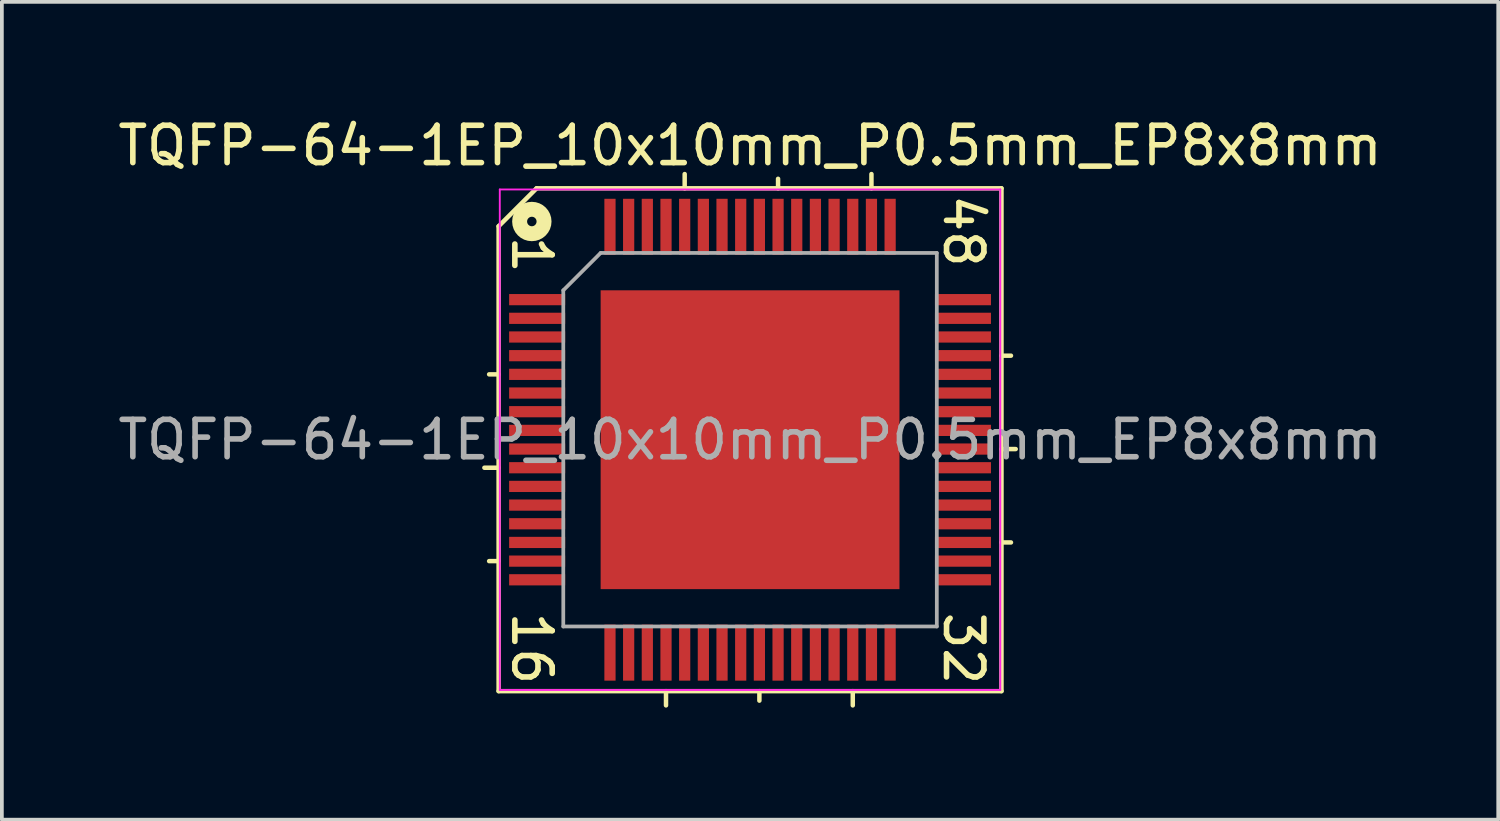
<source format=kicad_pcb>
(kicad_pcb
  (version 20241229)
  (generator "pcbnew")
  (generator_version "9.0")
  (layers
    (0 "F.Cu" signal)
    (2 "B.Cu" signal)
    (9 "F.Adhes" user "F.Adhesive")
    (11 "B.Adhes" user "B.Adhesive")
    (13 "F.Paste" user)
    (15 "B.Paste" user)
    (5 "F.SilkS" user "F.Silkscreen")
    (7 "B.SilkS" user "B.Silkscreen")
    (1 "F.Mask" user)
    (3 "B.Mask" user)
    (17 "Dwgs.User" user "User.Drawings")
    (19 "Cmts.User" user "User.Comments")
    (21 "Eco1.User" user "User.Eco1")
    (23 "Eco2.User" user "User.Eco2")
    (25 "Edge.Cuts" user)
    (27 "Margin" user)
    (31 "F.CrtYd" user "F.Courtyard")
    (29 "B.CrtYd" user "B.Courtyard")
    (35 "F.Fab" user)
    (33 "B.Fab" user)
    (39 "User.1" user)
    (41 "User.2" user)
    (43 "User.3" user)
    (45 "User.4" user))
  (footprint "TQFP-64-1EP_10x10mm_P0.5mm_EP8x8mm"
    (layer "F.Cu")
    (at 17.03 8.722)
    (property "Reference" "TQFP-64-1EP_10x10mm_P0.5mm_EP8x8mm" (at 0 -7.874 0) (layer "F.SilkS") (effects (font (size 1 1) (thickness 0.15))))
    (attr smd)
    (fp_line (start -6.731 -5.715) (end -6.731 6.731) (stroke (width 0.12) (type solid)) (layer "F.SilkS"))
    (fp_line (start -6.731 -1.75) (end -6.985 -1.75) (stroke (width 0.12) (type solid)) (layer "F.SilkS"))
    (fp_line (start -6.731 0.75) (end -7.112 0.75) (stroke (width 0.12) (type solid)) (layer "F.SilkS"))
    (fp_line (start -6.731 3.25) (end -6.985 3.25) (stroke (width 0.12) (type solid)) (layer "F.SilkS"))
    (fp_line (start -6.731 6.731) (end 6.731 6.731) (stroke (width 0.12) (type solid)) (layer "F.SilkS"))
    (fp_line (start -5.715 -6.731) (end -6.731 -5.715) (stroke (width 0.12) (type solid)) (layer "F.SilkS"))
    (fp_line (start -2.25 6.731) (end -2.25 7.112) (stroke (width 0.12) (type solid)) (layer "F.SilkS"))
    (fp_line (start -1.75 -6.731) (end -1.75 -7.112) (stroke (width 0.12) (type solid)) (layer "F.SilkS"))
    (fp_line (start 0.25 6.731) (end 0.25 6.985) (stroke (width 0.12) (type solid)) (layer "F.SilkS"))
    (fp_line (start 0.75 -6.731) (end 0.75 -6.985) (stroke (width 0.12) (type solid)) (layer "F.SilkS"))
    (fp_line (start 2.75 7.112) (end 2.75 6.731) (stroke (width 0.12) (type solid)) (layer "F.SilkS"))
    (fp_line (start 3.25 -6.731) (end 3.25 -7.112) (stroke (width 0.12) (type solid)) (layer "F.SilkS"))
    (fp_line (start 6.731 -6.731) (end -5.715 -6.731) (stroke (width 0.12) (type solid)) (layer "F.SilkS"))
    (fp_line (start 6.731 -2.25) (end 6.985 -2.25) (stroke (width 0.12) (type solid)) (layer "F.SilkS"))
    (fp_line (start 6.731 0.25) (end 7.112 0.25) (stroke (width 0.12) (type solid)) (layer "F.SilkS"))
    (fp_line (start 6.731 2.75) (end 6.985 2.75) (stroke (width 0.12) (type solid)) (layer "F.SilkS"))
    (fp_line (start 6.731 6.731) (end 6.731 -6.731) (stroke (width 0.12) (type solid)) (layer "F.SilkS"))
    (fp_circle (center -5.842 -5.842) (end -5.715 -5.842) (stroke (width 0.4) (type solid)) (fill no) (layer "F.SilkS"))
    (fp_line (start -6.7 -6.7) (end -6.7 6.7) (stroke (width 0.05) (type solid)) (layer "F.CrtYd"))
    (fp_line (start -6.7 -6.7) (end 6.7 -6.7) (stroke (width 0.05) (type solid)) (layer "F.CrtYd"))
    (fp_line (start -6.7 6.7) (end 6.7 6.7) (stroke (width 0.05) (type solid)) (layer "F.CrtYd"))
    (fp_line (start 6.7 -6.7) (end 6.7 6.7) (stroke (width 0.05) (type solid)) (layer "F.CrtYd"))
    (fp_line (start -5 -4) (end -4 -5) (stroke (width 0.1) (type solid)) (layer "F.Fab"))
    (fp_line (start -5 5) (end -5 -4) (stroke (width 0.1) (type solid)) (layer "F.Fab"))
    (fp_line (start -4 -5) (end 5 -5) (stroke (width 0.1) (type solid)) (layer "F.Fab"))
    (fp_line (start 5 -5) (end 5 5) (stroke (width 0.1) (type solid)) (layer "F.Fab"))
    (fp_line (start 5 5) (end -5 5) (stroke (width 0.1) (type solid)) (layer "F.Fab"))
    (fp_text user "32" (at 5.715 5.588 270) (unlocked yes) (layer "F.SilkS") (effects (font (size 1 1) (thickness 0.15))))
    (fp_text user "48" (at 5.715 -5.588 270) (unlocked yes) (layer "F.SilkS") (effects (font (size 1 1) (thickness 0.15))))
    (fp_text user "1" (at -5.842 -4.953 270) (unlocked yes) (layer "F.SilkS") (effects (font (size 1 1) (thickness 0.15))))
    (fp_text user "16" (at -5.842 5.588 270) (unlocked yes) (layer "F.SilkS") (effects (font (size 1 1) (thickness 0.15))))
    (fp_text user "${REFERENCE}" (at 0 0 0) (layer "F.Fab") (effects (font (size 1 1) (thickness 0.15))))
    (pad "" smd rect (at -3.2 -3.2) (size 1.24 1.24) (layers "F.Paste"))
    (pad "" smd rect (at -3.2 -1.6) (size 1.24 1.24) (layers "F.Paste"))
    (pad "" smd rect (at -3.2 0) (size 1.24 1.24) (layers "F.Paste"))
    (pad "" smd rect (at -3.2 1.6) (size 1.24 1.24) (layers "F.Paste"))
    (pad "" smd rect (at -3.2 3.2) (size 1.24 1.24) (layers "F.Paste"))
    (pad "" smd rect (at -1.6 -3.2) (size 1.24 1.24) (layers "F.Paste"))
    (pad "" smd rect (at -1.6 -1.6) (size 1.24 1.24) (layers "F.Paste"))
    (pad "" smd rect (at -1.6 0) (size 1.24 1.24) (layers "F.Paste"))
    (pad "" smd rect (at -1.6 1.6) (size 1.24 1.24) (layers "F.Paste"))
    (pad "" smd rect (at -1.6 3.2) (size 1.24 1.24) (layers "F.Paste"))
    (pad "" smd rect (at 0 -3.2) (size 1.24 1.24) (layers "F.Paste"))
    (pad "" smd rect (at 0 -1.6) (size 1.24 1.24) (layers "F.Paste"))
    (pad "" smd rect (at 0 0) (size 1.24 1.24) (layers "F.Paste"))
    (pad "" smd rect (at 0 1.6) (size 1.24 1.24) (layers "F.Paste"))
    (pad "" smd rect (at 0 3.2) (size 1.24 1.24) (layers "F.Paste"))
    (pad "" smd rect (at 1.6 -3.2) (size 1.24 1.24) (layers "F.Paste"))
    (pad "" smd rect (at 1.6 -1.6) (size 1.24 1.24) (layers "F.Paste"))
    (pad "" smd rect (at 1.6 0) (size 1.24 1.24) (layers "F.Paste"))
    (pad "" smd rect (at 1.6 1.6) (size 1.24 1.24) (layers "F.Paste"))
    (pad "" smd rect (at 1.6 3.2) (size 1.24 1.24) (layers "F.Paste"))
    (pad "" smd rect (at 3.2 -3.2) (size 1.24 1.24) (layers "F.Paste"))
    (pad "" smd rect (at 3.2 -1.6) (size 1.24 1.24) (layers "F.Paste"))
    (pad "" smd rect (at 3.2 0) (size 1.24 1.24) (layers "F.Paste"))
    (pad "" smd rect (at 3.2 1.6) (size 1.24 1.24) (layers "F.Paste"))
    (pad "" smd rect (at 3.2 3.2) (size 1.24 1.24) (layers "F.Paste"))
    (pad "1" smd rect (at -5.7 -3.75) (size 1.5 0.3) (layers "F.Cu" "F.Mask" "F.Paste"))
    (pad "2" smd rect (at -5.7 -3.25) (size 1.5 0.3) (layers "F.Cu" "F.Mask" "F.Paste"))
    (pad "3" smd rect (at -5.7 -2.75) (size 1.5 0.3) (layers "F.Cu" "F.Mask" "F.Paste"))
    (pad "4" smd rect (at -5.7 -2.25) (size 1.5 0.3) (layers "F.Cu" "F.Mask" "F.Paste"))
    (pad "5" smd rect (at -5.7 -1.75) (size 1.5 0.3) (layers "F.Cu" "F.Mask" "F.Paste"))
    (pad "6" smd rect (at -5.7 -1.25) (size 1.5 0.3) (layers "F.Cu" "F.Mask" "F.Paste"))
    (pad "7" smd rect (at -5.7 -0.75) (size 1.5 0.3) (layers "F.Cu" "F.Mask" "F.Paste"))
    (pad "8" smd rect (at -5.7 -0.25) (size 1.5 0.3) (layers "F.Cu" "F.Mask" "F.Paste"))
    (pad "9" smd rect (at -5.7 0.25) (size 1.5 0.3) (layers "F.Cu" "F.Mask" "F.Paste"))
    (pad "10" smd rect (at -5.7 0.75) (size 1.5 0.3) (layers "F.Cu" "F.Mask" "F.Paste"))
    (pad "11" smd rect (at -5.7 1.25) (size 1.5 0.3) (layers "F.Cu" "F.Mask" "F.Paste"))
    (pad "12" smd rect (at -5.7 1.75) (size 1.5 0.3) (layers "F.Cu" "F.Mask" "F.Paste"))
    (pad "13" smd rect (at -5.7 2.25) (size 1.5 0.3) (layers "F.Cu" "F.Mask" "F.Paste"))
    (pad "14" smd rect (at -5.7 2.75) (size 1.5 0.3) (layers "F.Cu" "F.Mask" "F.Paste"))
    (pad "15" smd rect (at -5.7 3.25) (size 1.5 0.3) (layers "F.Cu" "F.Mask" "F.Paste"))
    (pad "16" smd rect (at -5.7 3.75) (size 1.5 0.3) (layers "F.Cu" "F.Mask" "F.Paste"))
    (pad "17" smd rect (at -3.75 5.7 90) (size 1.5 0.3) (layers "F.Cu" "F.Mask" "F.Paste"))
    (pad "18" smd rect (at -3.25 5.7 90) (size 1.5 0.3) (layers "F.Cu" "F.Mask" "F.Paste"))
    (pad "19" smd rect (at -2.75 5.7 90) (size 1.5 0.3) (layers "F.Cu" "F.Mask" "F.Paste"))
    (pad "20" smd rect (at -2.25 5.7 90) (size 1.5 0.3) (layers "F.Cu" "F.Mask" "F.Paste"))
    (pad "21" smd rect (at -1.75 5.7 90) (size 1.5 0.3) (layers "F.Cu" "F.Mask" "F.Paste"))
    (pad "22" smd rect (at -1.25 5.7 90) (size 1.5 0.3) (layers "F.Cu" "F.Mask" "F.Paste"))
    (pad "23" smd rect (at -0.75 5.7 90) (size 1.5 0.3) (layers "F.Cu" "F.Mask" "F.Paste"))
    (pad "24" smd rect (at -0.25 5.7 90) (size 1.5 0.3) (layers "F.Cu" "F.Mask" "F.Paste"))
    (pad "25" smd rect (at 0.25 5.7 90) (size 1.5 0.3) (layers "F.Cu" "F.Mask" "F.Paste"))
    (pad "26" smd rect (at 0.75 5.7 90) (size 1.5 0.3) (layers "F.Cu" "F.Mask" "F.Paste"))
    (pad "27" smd rect (at 1.25 5.7 90) (size 1.5 0.3) (layers "F.Cu" "F.Mask" "F.Paste"))
    (pad "28" smd rect (at 1.75 5.7 90) (size 1.5 0.3) (layers "F.Cu" "F.Mask" "F.Paste"))
    (pad "29" smd rect (at 2.25 5.7 90) (size 1.5 0.3) (layers "F.Cu" "F.Mask" "F.Paste"))
    (pad "30" smd rect (at 2.75 5.7 90) (size 1.5 0.3) (layers "F.Cu" "F.Mask" "F.Paste"))
    (pad "31" smd rect (at 3.25 5.7 90) (size 1.5 0.3) (layers "F.Cu" "F.Mask" "F.Paste"))
    (pad "32" smd rect (at 3.75 5.7 90) (size 1.5 0.3) (layers "F.Cu" "F.Mask" "F.Paste"))
    (pad "33" smd rect (at 5.7 3.75) (size 1.5 0.3) (layers "F.Cu" "F.Mask" "F.Paste"))
    (pad "34" smd rect (at 5.7 3.25) (size 1.5 0.3) (layers "F.Cu" "F.Mask" "F.Paste"))
    (pad "35" smd rect (at 5.7 2.75) (size 1.5 0.3) (layers "F.Cu" "F.Mask" "F.Paste"))
    (pad "36" smd rect (at 5.7 2.25) (size 1.5 0.3) (layers "F.Cu" "F.Mask" "F.Paste"))
    (pad "37" smd rect (at 5.7 1.75) (size 1.5 0.3) (layers "F.Cu" "F.Mask" "F.Paste"))
    (pad "38" smd rect (at 5.7 1.25) (size 1.5 0.3) (layers "F.Cu" "F.Mask" "F.Paste"))
    (pad "39" smd rect (at 5.7 0.75) (size 1.5 0.3) (layers "F.Cu" "F.Mask" "F.Paste"))
    (pad "40" smd rect (at 5.7 0.25) (size 1.5 0.3) (layers "F.Cu" "F.Mask" "F.Paste"))
    (pad "41" smd rect (at 5.7 -0.25) (size 1.5 0.3) (layers "F.Cu" "F.Mask" "F.Paste"))
    (pad "42" smd rect (at 5.7 -0.75) (size 1.5 0.3) (layers "F.Cu" "F.Mask" "F.Paste"))
    (pad "43" smd rect (at 5.7 -1.25) (size 1.5 0.3) (layers "F.Cu" "F.Mask" "F.Paste"))
    (pad "44" smd rect (at 5.7 -1.75) (size 1.5 0.3) (layers "F.Cu" "F.Mask" "F.Paste"))
    (pad "45" smd rect (at 5.7 -2.25) (size 1.5 0.3) (layers "F.Cu" "F.Mask" "F.Paste"))
    (pad "46" smd rect (at 5.7 -2.75) (size 1.5 0.3) (layers "F.Cu" "F.Mask" "F.Paste"))
    (pad "47" smd rect (at 5.7 -3.25) (size 1.5 0.3) (layers "F.Cu" "F.Mask" "F.Paste"))
    (pad "48" smd rect (at 5.7 -3.75) (size 1.5 0.3) (layers "F.Cu" "F.Mask" "F.Paste"))
    (pad "49" smd rect (at 3.75 -5.7 90) (size 1.5 0.3) (layers "F.Cu" "F.Mask" "F.Paste"))
    (pad "50" smd rect (at 3.25 -5.7 90) (size 1.5 0.3) (layers "F.Cu" "F.Mask" "F.Paste"))
    (pad "51" smd rect (at 2.75 -5.7 90) (size 1.5 0.3) (layers "F.Cu" "F.Mask" "F.Paste"))
    (pad "52" smd rect (at 2.25 -5.7 90) (size 1.5 0.3) (layers "F.Cu" "F.Mask" "F.Paste"))
    (pad "53" smd rect (at 1.75 -5.7 90) (size 1.5 0.3) (layers "F.Cu" "F.Mask" "F.Paste"))
    (pad "54" smd rect (at 1.25 -5.7 90) (size 1.5 0.3) (layers "F.Cu" "F.Mask" "F.Paste"))
    (pad "55" smd rect (at 0.75 -5.7 90) (size 1.5 0.3) (layers "F.Cu" "F.Mask" "F.Paste"))
    (pad "56" smd rect (at 0.25 -5.7 90) (size 1.5 0.3) (layers "F.Cu" "F.Mask" "F.Paste"))
    (pad "57" smd rect (at -0.25 -5.7 90) (size 1.5 0.3) (layers "F.Cu" "F.Mask" "F.Paste"))
    (pad "58" smd rect (at -0.75 -5.7 90) (size 1.5 0.3) (layers "F.Cu" "F.Mask" "F.Paste"))
    (pad "59" smd rect (at -1.25 -5.7 90) (size 1.5 0.3) (layers "F.Cu" "F.Mask" "F.Paste"))
    (pad "60" smd rect (at -1.75 -5.7 90) (size 1.5 0.3) (layers "F.Cu" "F.Mask" "F.Paste"))
    (pad "61" smd rect (at -2.25 -5.7 90) (size 1.5 0.3) (layers "F.Cu" "F.Mask" "F.Paste"))
    (pad "62" smd rect (at -2.75 -5.7 90) (size 1.5 0.3) (layers "F.Cu" "F.Mask" "F.Paste"))
    (pad "63" smd rect (at -3.25 -5.7 90) (size 1.5 0.3) (layers "F.Cu" "F.Mask" "F.Paste"))
    (pad "64" smd rect (at -3.75 -5.7 90) (size 1.5 0.3) (layers "F.Cu" "F.Mask" "F.Paste"))
    (pad "65" smd rect (at 0 0) (size 8 8) (layers "F.Cu" "F.Mask")))
  (gr_rect
    (start -3 -3)
    (end 37.06 18.894)
    (stroke (width 0.1) (type default))
    (fill no)
    (layer "Edge.Cuts")))
</source>
